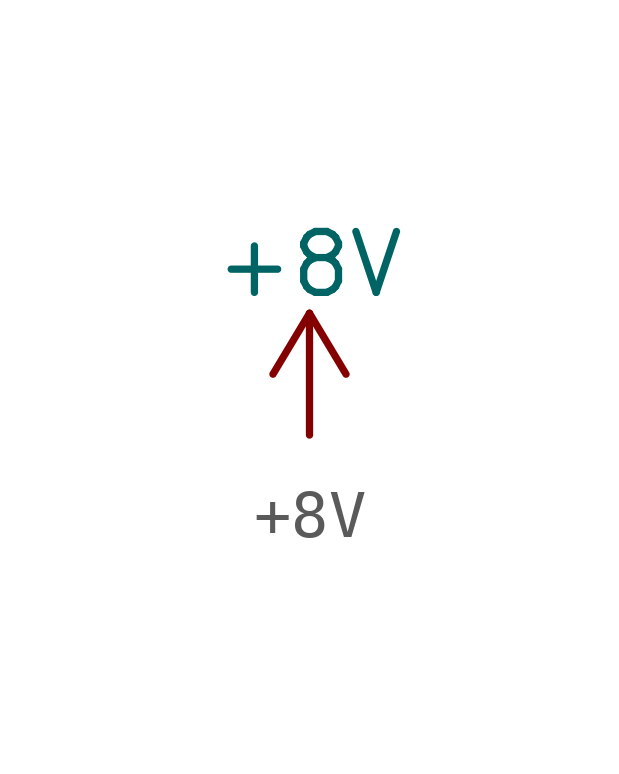
<source format=kicad_sym>
(kicad_symbol_lib
  (version 20220914)
  (generator kicad_symbol_editor)
  (symbol "+8V"
    (power)
    (pin_names
      (offset 0))
    (property "Reference" "#PWR"
      (at 0 2.54 0)
      (effects (font (size 1.27 1.27)) hide))
    (property "Value" "+8V"
      (at 0 3.556 0)
      (effects (font (size 1.27 1.27))))
    (symbol "+8V_0_1"
      (polyline (pts (xy -0.762 1.27) (xy 0 2.54)) (stroke (width 0) (type default)) (fill (type none)))
      (polyline (pts (xy 0 0) (xy 0 2.54)) (stroke (width 0) (type default)) (fill (type none)))
      (polyline (pts (xy 0 2.54) (xy 0.762 1.27)) (stroke (width 0) (type default)) (fill (type none))))
    (symbol "+8V_1_1"
      (pin power_in line (at 0 0 90) (length 0) hide (name "+8V" (effects (font (size 1.27 1.27)))) (number "1" (effects (font (size 1.27 1.27))))))))
</source>
